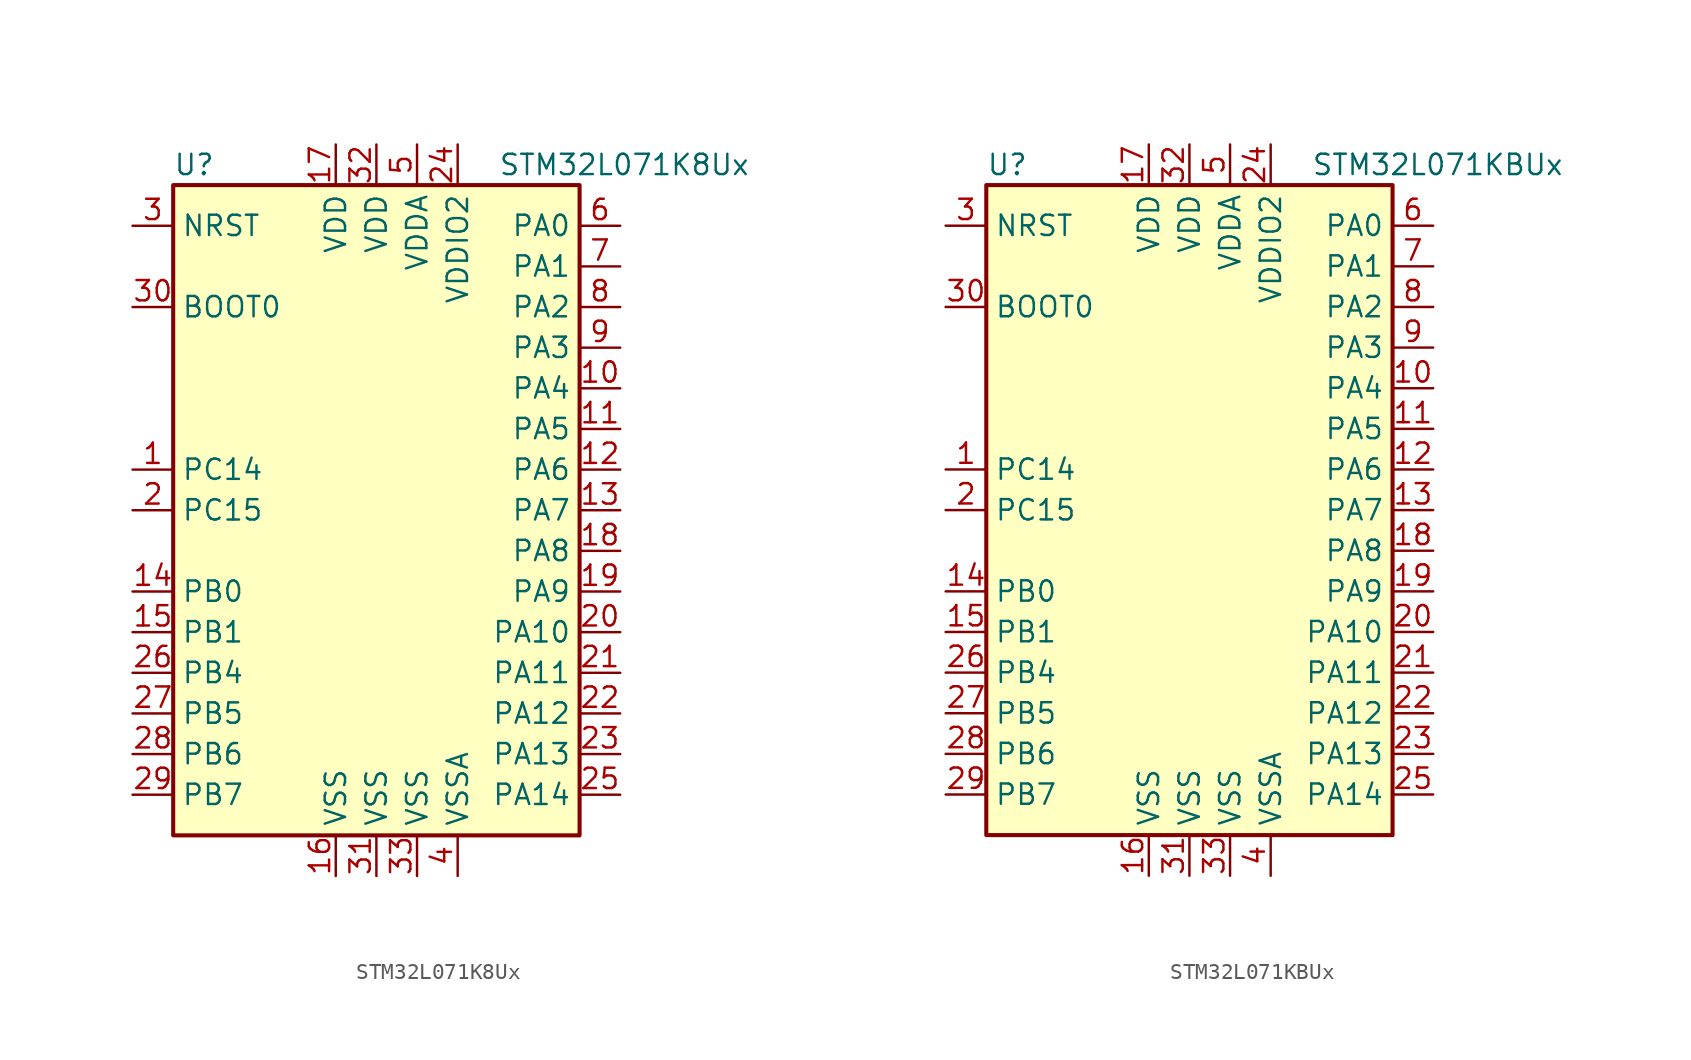
<source format=kicad_sym>
(kicad_symbol_lib
  (version 20201005)
  (generator kicad_symbol_editor)
  (symbol "MCU_ST_STM32L0:STM32L071K8Ux"
    (property "Reference" "U"
      (at -12.7 21.59 0)
      (effects (font (size 1.27 1.27)) (justify left)))
    (property "Value" "STM32L071K8Ux"
      (at 7.62 21.59 0)
      (effects (font (size 1.27 1.27)) (justify left)))
    (symbol "STM32L071K8Ux_0_1"
      (rectangle (start -12.7 -20.32) (end 12.7 20.32) (stroke (width 0.254)) (fill (type background))))
    (symbol "STM32L071K8Ux_1_1"
      (pin input line (at -15.24 12.7 0) (length 2.54) (name "BOOT0" (effects (font (size 1.27 1.27)))) (number "30" (effects (font (size 1.27 1.27)))))
      (pin input line (at -15.24 17.78 0) (length 2.54) (name "NRST" (effects (font (size 1.27 1.27)))) (number "3" (effects (font (size 1.27 1.27)))))
      (pin bidirectional line (at 15.24 17.78 180) (length 2.54) (name "PA0" (effects (font (size 1.27 1.27)))) (number "6" (effects (font (size 1.27 1.27)))))
      (pin bidirectional line (at 15.24 15.24 180) (length 2.54) (name "PA1" (effects (font (size 1.27 1.27)))) (number "7" (effects (font (size 1.27 1.27)))))
      (pin bidirectional line (at 15.24 -7.62 180) (length 2.54) (name "PA10" (effects (font (size 1.27 1.27)))) (number "20" (effects (font (size 1.27 1.27)))))
      (pin bidirectional line (at 15.24 -10.16 180) (length 2.54) (name "PA11" (effects (font (size 1.27 1.27)))) (number "21" (effects (font (size 1.27 1.27)))))
      (pin bidirectional line (at 15.24 -12.7 180) (length 2.54) (name "PA12" (effects (font (size 1.27 1.27)))) (number "22" (effects (font (size 1.27 1.27)))))
      (pin bidirectional line (at 15.24 -15.24 180) (length 2.54) (name "PA13" (effects (font (size 1.27 1.27)))) (number "23" (effects (font (size 1.27 1.27)))))
      (pin bidirectional line (at 15.24 -17.78 180) (length 2.54) (name "PA14" (effects (font (size 1.27 1.27)))) (number "25" (effects (font (size 1.27 1.27)))))
      (pin bidirectional line (at 15.24 12.7 180) (length 2.54) (name "PA2" (effects (font (size 1.27 1.27)))) (number "8" (effects (font (size 1.27 1.27)))))
      (pin bidirectional line (at 15.24 10.16 180) (length 2.54) (name "PA3" (effects (font (size 1.27 1.27)))) (number "9" (effects (font (size 1.27 1.27)))))
      (pin bidirectional line (at 15.24 7.62 180) (length 2.54) (name "PA4" (effects (font (size 1.27 1.27)))) (number "10" (effects (font (size 1.27 1.27)))))
      (pin bidirectional line (at 15.24 5.08 180) (length 2.54) (name "PA5" (effects (font (size 1.27 1.27)))) (number "11" (effects (font (size 1.27 1.27)))))
      (pin bidirectional line (at 15.24 2.54 180) (length 2.54) (name "PA6" (effects (font (size 1.27 1.27)))) (number "12" (effects (font (size 1.27 1.27)))))
      (pin bidirectional line (at 15.24 0 180) (length 2.54) (name "PA7" (effects (font (size 1.27 1.27)))) (number "13" (effects (font (size 1.27 1.27)))))
      (pin bidirectional line (at 15.24 -2.54 180) (length 2.54) (name "PA8" (effects (font (size 1.27 1.27)))) (number "18" (effects (font (size 1.27 1.27)))))
      (pin bidirectional line (at 15.24 -5.08 180) (length 2.54) (name "PA9" (effects (font (size 1.27 1.27)))) (number "19" (effects (font (size 1.27 1.27)))))
      (pin bidirectional line (at -15.24 -5.08 0) (length 2.54) (name "PB0" (effects (font (size 1.27 1.27)))) (number "14" (effects (font (size 1.27 1.27)))))
      (pin bidirectional line (at -15.24 -7.62 0) (length 2.54) (name "PB1" (effects (font (size 1.27 1.27)))) (number "15" (effects (font (size 1.27 1.27)))))
      (pin bidirectional line (at -15.24 -10.16 0) (length 2.54) (name "PB4" (effects (font (size 1.27 1.27)))) (number "26" (effects (font (size 1.27 1.27)))))
      (pin bidirectional line (at -15.24 -12.7 0) (length 2.54) (name "PB5" (effects (font (size 1.27 1.27)))) (number "27" (effects (font (size 1.27 1.27)))))
      (pin bidirectional line (at -15.24 -15.24 0) (length 2.54) (name "PB6" (effects (font (size 1.27 1.27)))) (number "28" (effects (font (size 1.27 1.27)))))
      (pin bidirectional line (at -15.24 -17.78 0) (length 2.54) (name "PB7" (effects (font (size 1.27 1.27)))) (number "29" (effects (font (size 1.27 1.27)))))
      (pin bidirectional line (at -15.24 2.54 0) (length 2.54) (name "PC14" (effects (font (size 1.27 1.27)))) (number "1" (effects (font (size 1.27 1.27)))))
      (pin bidirectional line (at -15.24 0 0) (length 2.54) (name "PC15" (effects (font (size 1.27 1.27)))) (number "2" (effects (font (size 1.27 1.27)))))
      (pin power_in line (at -2.54 22.86 270) (length 2.54) (name "VDD" (effects (font (size 1.27 1.27)))) (number "17" (effects (font (size 1.27 1.27)))))
      (pin power_in line (at 0 22.86 270) (length 2.54) (name "VDD" (effects (font (size 1.27 1.27)))) (number "32" (effects (font (size 1.27 1.27)))))
      (pin power_in line (at 2.54 22.86 270) (length 2.54) (name "VDDA" (effects (font (size 1.27 1.27)))) (number "5" (effects (font (size 1.27 1.27)))))
      (pin power_in line (at 5.08 22.86 270) (length 2.54) (name "VDDIO2" (effects (font (size 1.27 1.27)))) (number "24" (effects (font (size 1.27 1.27)))))
      (pin power_in line (at -2.54 -22.86 90) (length 2.54) (name "VSS" (effects (font (size 1.27 1.27)))) (number "16" (effects (font (size 1.27 1.27)))))
      (pin power_in line (at 0 -22.86 90) (length 2.54) (name "VSS" (effects (font (size 1.27 1.27)))) (number "31" (effects (font (size 1.27 1.27)))))
      (pin power_in line (at 2.54 -22.86 90) (length 2.54) (name "VSS" (effects (font (size 1.27 1.27)))) (number "33" (effects (font (size 1.27 1.27)))))
      (pin power_in line (at 5.08 -22.86 90) (length 2.54) (name "VSSA" (effects (font (size 1.27 1.27)))) (number "4" (effects (font (size 1.27 1.27)))))))
  (symbol "MCU_ST_STM32L0:STM32L071KBUx"
    (property "Reference" "U"
      (at -12.7 21.59 0)
      (effects (font (size 1.27 1.27)) (justify left)))
    (property "Value" "STM32L071KBUx"
      (at 7.62 21.59 0)
      (effects (font (size 1.27 1.27)) (justify left)))
    (symbol "STM32L071KBUx_0_1"
      (rectangle (start -12.7 -20.32) (end 12.7 20.32) (stroke (width 0.254)) (fill (type background))))
    (symbol "STM32L071KBUx_1_1"
      (pin input line (at -15.24 12.7 0) (length 2.54) (name "BOOT0" (effects (font (size 1.27 1.27)))) (number "30" (effects (font (size 1.27 1.27)))))
      (pin input line (at -15.24 17.78 0) (length 2.54) (name "NRST" (effects (font (size 1.27 1.27)))) (number "3" (effects (font (size 1.27 1.27)))))
      (pin bidirectional line (at 15.24 17.78 180) (length 2.54) (name "PA0" (effects (font (size 1.27 1.27)))) (number "6" (effects (font (size 1.27 1.27)))))
      (pin bidirectional line (at 15.24 15.24 180) (length 2.54) (name "PA1" (effects (font (size 1.27 1.27)))) (number "7" (effects (font (size 1.27 1.27)))))
      (pin bidirectional line (at 15.24 -7.62 180) (length 2.54) (name "PA10" (effects (font (size 1.27 1.27)))) (number "20" (effects (font (size 1.27 1.27)))))
      (pin bidirectional line (at 15.24 -10.16 180) (length 2.54) (name "PA11" (effects (font (size 1.27 1.27)))) (number "21" (effects (font (size 1.27 1.27)))))
      (pin bidirectional line (at 15.24 -12.7 180) (length 2.54) (name "PA12" (effects (font (size 1.27 1.27)))) (number "22" (effects (font (size 1.27 1.27)))))
      (pin bidirectional line (at 15.24 -15.24 180) (length 2.54) (name "PA13" (effects (font (size 1.27 1.27)))) (number "23" (effects (font (size 1.27 1.27)))))
      (pin bidirectional line (at 15.24 -17.78 180) (length 2.54) (name "PA14" (effects (font (size 1.27 1.27)))) (number "25" (effects (font (size 1.27 1.27)))))
      (pin bidirectional line (at 15.24 12.7 180) (length 2.54) (name "PA2" (effects (font (size 1.27 1.27)))) (number "8" (effects (font (size 1.27 1.27)))))
      (pin bidirectional line (at 15.24 10.16 180) (length 2.54) (name "PA3" (effects (font (size 1.27 1.27)))) (number "9" (effects (font (size 1.27 1.27)))))
      (pin bidirectional line (at 15.24 7.62 180) (length 2.54) (name "PA4" (effects (font (size 1.27 1.27)))) (number "10" (effects (font (size 1.27 1.27)))))
      (pin bidirectional line (at 15.24 5.08 180) (length 2.54) (name "PA5" (effects (font (size 1.27 1.27)))) (number "11" (effects (font (size 1.27 1.27)))))
      (pin bidirectional line (at 15.24 2.54 180) (length 2.54) (name "PA6" (effects (font (size 1.27 1.27)))) (number "12" (effects (font (size 1.27 1.27)))))
      (pin bidirectional line (at 15.24 0 180) (length 2.54) (name "PA7" (effects (font (size 1.27 1.27)))) (number "13" (effects (font (size 1.27 1.27)))))
      (pin bidirectional line (at 15.24 -2.54 180) (length 2.54) (name "PA8" (effects (font (size 1.27 1.27)))) (number "18" (effects (font (size 1.27 1.27)))))
      (pin bidirectional line (at 15.24 -5.08 180) (length 2.54) (name "PA9" (effects (font (size 1.27 1.27)))) (number "19" (effects (font (size 1.27 1.27)))))
      (pin bidirectional line (at -15.24 -5.08 0) (length 2.54) (name "PB0" (effects (font (size 1.27 1.27)))) (number "14" (effects (font (size 1.27 1.27)))))
      (pin bidirectional line (at -15.24 -7.62 0) (length 2.54) (name "PB1" (effects (font (size 1.27 1.27)))) (number "15" (effects (font (size 1.27 1.27)))))
      (pin bidirectional line (at -15.24 -10.16 0) (length 2.54) (name "PB4" (effects (font (size 1.27 1.27)))) (number "26" (effects (font (size 1.27 1.27)))))
      (pin bidirectional line (at -15.24 -12.7 0) (length 2.54) (name "PB5" (effects (font (size 1.27 1.27)))) (number "27" (effects (font (size 1.27 1.27)))))
      (pin bidirectional line (at -15.24 -15.24 0) (length 2.54) (name "PB6" (effects (font (size 1.27 1.27)))) (number "28" (effects (font (size 1.27 1.27)))))
      (pin bidirectional line (at -15.24 -17.78 0) (length 2.54) (name "PB7" (effects (font (size 1.27 1.27)))) (number "29" (effects (font (size 1.27 1.27)))))
      (pin bidirectional line (at -15.24 2.54 0) (length 2.54) (name "PC14" (effects (font (size 1.27 1.27)))) (number "1" (effects (font (size 1.27 1.27)))))
      (pin bidirectional line (at -15.24 0 0) (length 2.54) (name "PC15" (effects (font (size 1.27 1.27)))) (number "2" (effects (font (size 1.27 1.27)))))
      (pin power_in line (at -2.54 22.86 270) (length 2.54) (name "VDD" (effects (font (size 1.27 1.27)))) (number "17" (effects (font (size 1.27 1.27)))))
      (pin power_in line (at 0 22.86 270) (length 2.54) (name "VDD" (effects (font (size 1.27 1.27)))) (number "32" (effects (font (size 1.27 1.27)))))
      (pin power_in line (at 2.54 22.86 270) (length 2.54) (name "VDDA" (effects (font (size 1.27 1.27)))) (number "5" (effects (font (size 1.27 1.27)))))
      (pin power_in line (at 5.08 22.86 270) (length 2.54) (name "VDDIO2" (effects (font (size 1.27 1.27)))) (number "24" (effects (font (size 1.27 1.27)))))
      (pin power_in line (at -2.54 -22.86 90) (length 2.54) (name "VSS" (effects (font (size 1.27 1.27)))) (number "16" (effects (font (size 1.27 1.27)))))
      (pin power_in line (at 0 -22.86 90) (length 2.54) (name "VSS" (effects (font (size 1.27 1.27)))) (number "31" (effects (font (size 1.27 1.27)))))
      (pin power_in line (at 2.54 -22.86 90) (length 2.54) (name "VSS" (effects (font (size 1.27 1.27)))) (number "33" (effects (font (size 1.27 1.27)))))
      (pin power_in line (at 5.08 -22.86 90) (length 2.54) (name "VSSA" (effects (font (size 1.27 1.27)))) (number "4" (effects (font (size 1.27 1.27))))))))
</source>
